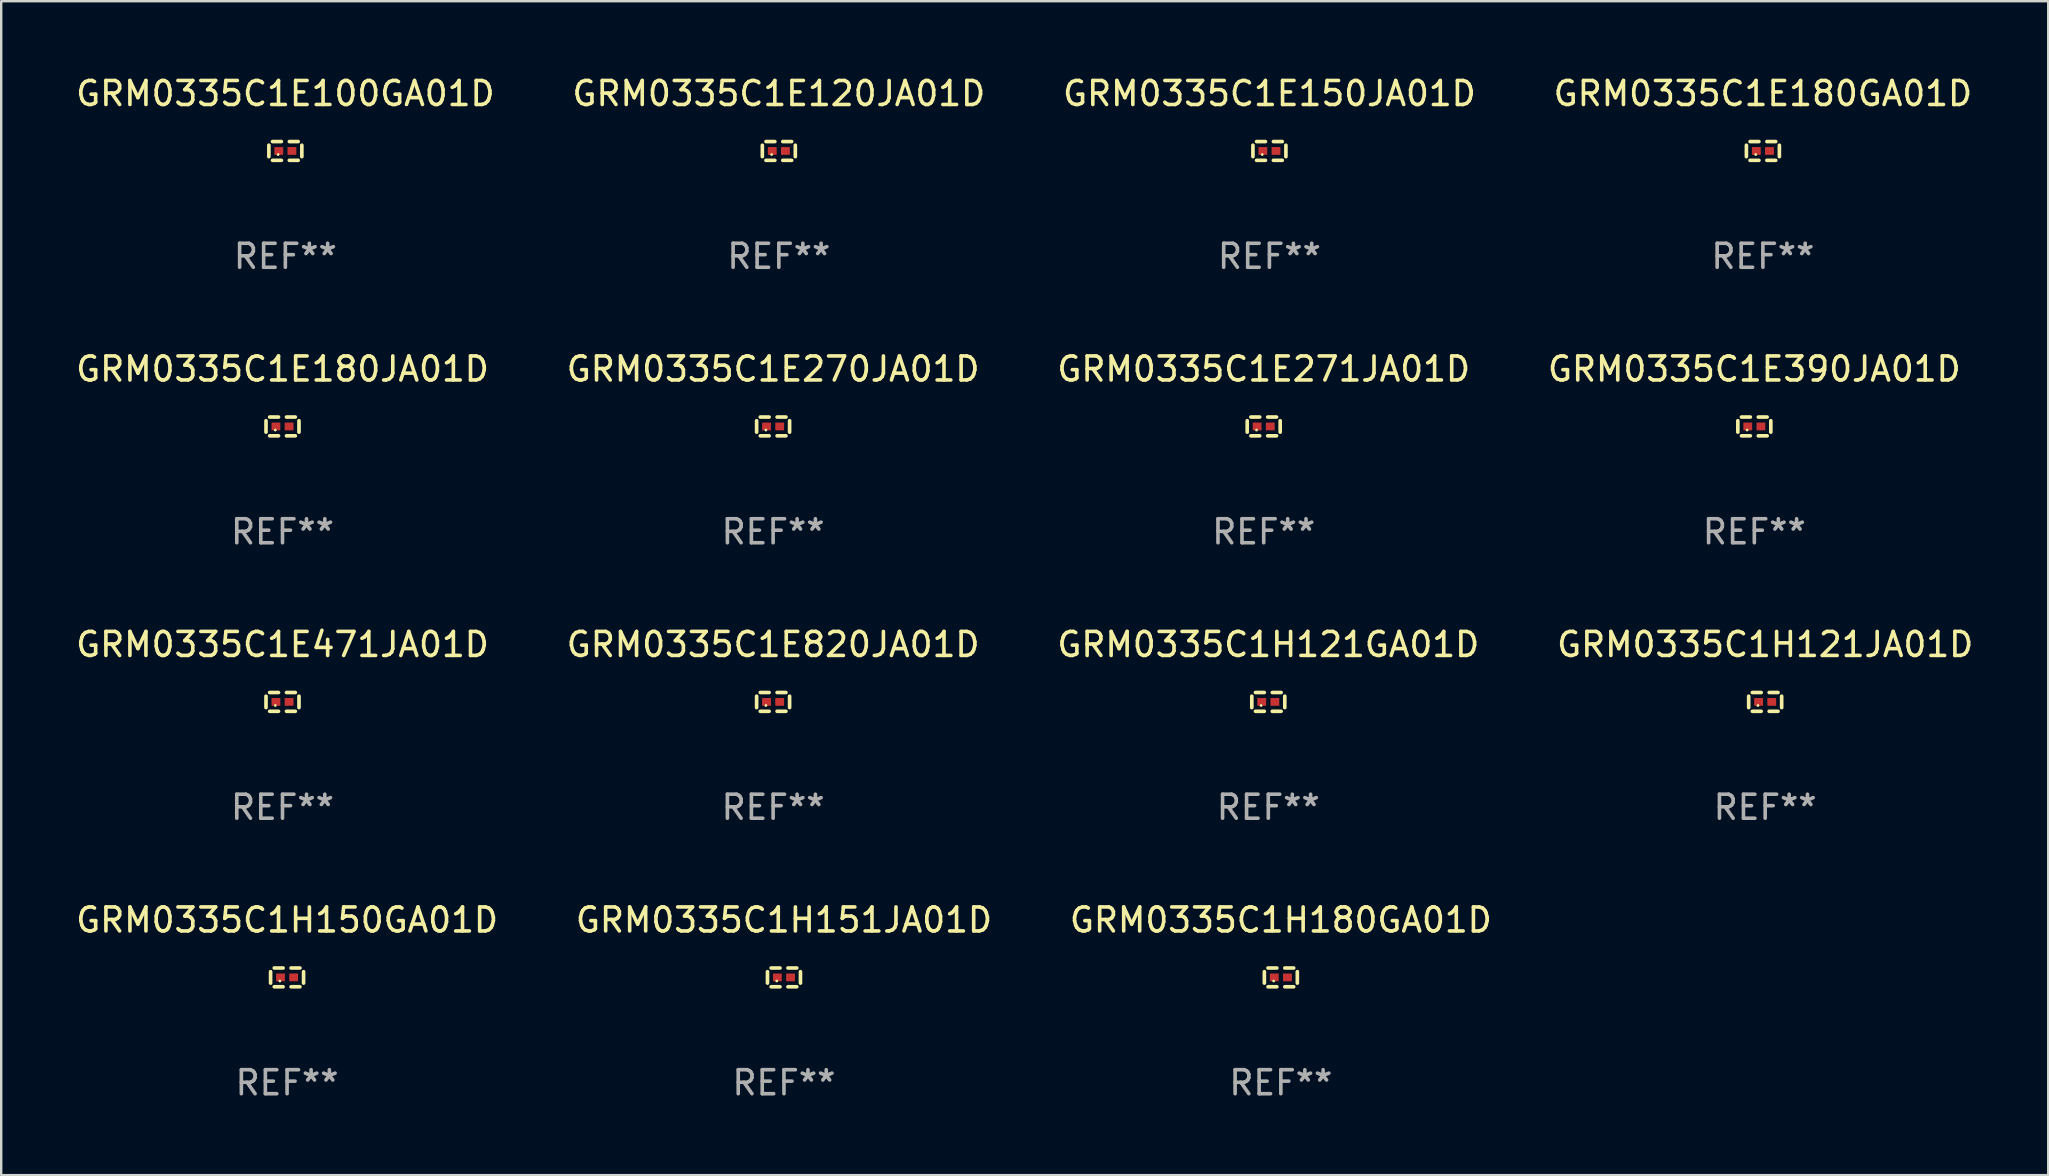
<source format=kicad_pcb>
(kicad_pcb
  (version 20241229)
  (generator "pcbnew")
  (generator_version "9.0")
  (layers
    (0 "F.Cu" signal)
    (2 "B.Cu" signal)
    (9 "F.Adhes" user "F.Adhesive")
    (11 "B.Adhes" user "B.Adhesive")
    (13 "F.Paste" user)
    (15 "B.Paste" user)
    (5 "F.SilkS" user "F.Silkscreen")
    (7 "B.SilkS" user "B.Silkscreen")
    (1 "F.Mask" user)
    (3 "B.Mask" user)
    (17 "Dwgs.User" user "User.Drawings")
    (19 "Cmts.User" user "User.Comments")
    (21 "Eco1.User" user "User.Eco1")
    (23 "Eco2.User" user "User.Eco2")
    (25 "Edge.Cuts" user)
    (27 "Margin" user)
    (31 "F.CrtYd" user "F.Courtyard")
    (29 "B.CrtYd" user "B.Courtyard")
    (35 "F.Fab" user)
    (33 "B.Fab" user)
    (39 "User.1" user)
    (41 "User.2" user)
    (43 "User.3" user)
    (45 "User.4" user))
  (footprint "GRM0335C1H180GA01D"
    (layer "F.Cu")
    (at 50.315 37.672)
    (property "Reference" "GRM0335C1H180GA01D" (at 0 -2.391 0) (layer "F.SilkS") (effects (font (size 1 1) (thickness 0.15))))
    (attr through_hole)
    (fp_line (start -0.687 0.238) (end -0.687 -0.238) (stroke (width 0.152) (type solid)) (layer "F.SilkS"))
    (fp_line (start -0.535 -0.391) (end -0.166 -0.391) (stroke (width 0.152) (type solid)) (layer "F.SilkS"))
    (fp_line (start -0.166 0.391) (end -0.535 0.391) (stroke (width 0.152) (type solid)) (layer "F.SilkS"))
    (fp_line (start 0.166 0.391) (end 0.535 0.391) (stroke (width 0.152) (type solid)) (layer "F.SilkS"))
    (fp_line (start 0.535 -0.391) (end 0.166 -0.391) (stroke (width 0.152) (type solid)) (layer "F.SilkS"))
    (fp_line (start 0.687 0.238) (end 0.687 -0.238) (stroke (width 0.152) (type solid)) (layer "F.SilkS"))
    (fp_circle (center -0.3 0.15) (end -0.27 0.15) (stroke (width 0.06) (type solid)) (fill no) (layer "F.SilkS"))
    (fp_text user "REF**" (at 0 4.391 0) (layer "F.Fab") (effects (font (size 1 1) (thickness 0.15))))
    (pad "1" smd rect (at -0.274 0) (size 0.368 0.324) (layers "F.Cu" "F.Mask" "F.Paste"))
    (pad "2" smd rect (at 0.274 0) (size 0.368 0.324) (layers "F.Cu" "F.Mask" "F.Paste")))
  (footprint "GRM0335C1E100GA01D"
    (layer "F.Cu")
    (at 8.839 3.239)
    (property "Reference" "GRM0335C1E100GA01D" (at 0 -2.391 0) (layer "F.SilkS") (effects (font (size 1 1) (thickness 0.15))))
    (attr through_hole)
    (fp_line (start -0.687 0.238) (end -0.687 -0.238) (stroke (width 0.152) (type solid)) (layer "F.SilkS"))
    (fp_line (start -0.535 -0.391) (end -0.166 -0.391) (stroke (width 0.152) (type solid)) (layer "F.SilkS"))
    (fp_line (start -0.166 0.391) (end -0.535 0.391) (stroke (width 0.152) (type solid)) (layer "F.SilkS"))
    (fp_line (start 0.166 0.391) (end 0.535 0.391) (stroke (width 0.152) (type solid)) (layer "F.SilkS"))
    (fp_line (start 0.535 -0.391) (end 0.166 -0.391) (stroke (width 0.152) (type solid)) (layer "F.SilkS"))
    (fp_line (start 0.687 0.238) (end 0.687 -0.238) (stroke (width 0.152) (type solid)) (layer "F.SilkS"))
    (fp_circle (center -0.3 0.15) (end -0.27 0.15) (stroke (width 0.06) (type solid)) (fill no) (layer "F.SilkS"))
    (fp_text user "REF**" (at 0 4.391 0) (layer "F.Fab") (effects (font (size 1 1) (thickness 0.15))))
    (pad "1" smd rect (at -0.274 0) (size 0.368 0.324) (layers "F.Cu" "F.Mask" "F.Paste"))
    (pad "2" smd rect (at 0.274 0) (size 0.368 0.324) (layers "F.Cu" "F.Mask" "F.Paste")))
  (footprint "GRM0335C1E820JA01D"
    (layer "F.Cu")
    (at 29.161 26.194)
    (property "Reference" "GRM0335C1E820JA01D" (at 0 -2.391 0) (layer "F.SilkS") (effects (font (size 1 1) (thickness 0.15))))
    (attr through_hole)
    (fp_line (start -0.687 0.238) (end -0.687 -0.238) (stroke (width 0.152) (type solid)) (layer "F.SilkS"))
    (fp_line (start -0.535 -0.391) (end -0.166 -0.391) (stroke (width 0.152) (type solid)) (layer "F.SilkS"))
    (fp_line (start -0.166 0.391) (end -0.535 0.391) (stroke (width 0.152) (type solid)) (layer "F.SilkS"))
    (fp_line (start 0.166 0.391) (end 0.535 0.391) (stroke (width 0.152) (type solid)) (layer "F.SilkS"))
    (fp_line (start 0.535 -0.391) (end 0.166 -0.391) (stroke (width 0.152) (type solid)) (layer "F.SilkS"))
    (fp_line (start 0.687 0.238) (end 0.687 -0.238) (stroke (width 0.152) (type solid)) (layer "F.SilkS"))
    (fp_circle (center -0.3 0.15) (end -0.27 0.15) (stroke (width 0.06) (type solid)) (fill no) (layer "F.SilkS"))
    (fp_text user "REF**" (at 0 4.391 0) (layer "F.Fab") (effects (font (size 1 1) (thickness 0.15))))
    (pad "1" smd rect (at -0.274 0) (size 0.368 0.324) (layers "F.Cu" "F.Mask" "F.Paste"))
    (pad "2" smd rect (at 0.274 0) (size 0.368 0.324) (layers "F.Cu" "F.Mask" "F.Paste")))
  (footprint "GRM0335C1E390JA01D"
    (layer "F.Cu")
    (at 70.042 14.717)
    (property "Reference" "GRM0335C1E390JA01D" (at 0 -2.391 0) (layer "F.SilkS") (effects (font (size 1 1) (thickness 0.15))))
    (attr through_hole)
    (fp_line (start -0.687 0.238) (end -0.687 -0.238) (stroke (width 0.152) (type solid)) (layer "F.SilkS"))
    (fp_line (start -0.535 -0.391) (end -0.166 -0.391) (stroke (width 0.152) (type solid)) (layer "F.SilkS"))
    (fp_line (start -0.166 0.391) (end -0.535 0.391) (stroke (width 0.152) (type solid)) (layer "F.SilkS"))
    (fp_line (start 0.166 0.391) (end 0.535 0.391) (stroke (width 0.152) (type solid)) (layer "F.SilkS"))
    (fp_line (start 0.535 -0.391) (end 0.166 -0.391) (stroke (width 0.152) (type solid)) (layer "F.SilkS"))
    (fp_line (start 0.687 0.238) (end 0.687 -0.238) (stroke (width 0.152) (type solid)) (layer "F.SilkS"))
    (fp_circle (center -0.3 0.15) (end -0.27 0.15) (stroke (width 0.06) (type solid)) (fill no) (layer "F.SilkS"))
    (fp_text user "REF**" (at 0 4.391 0) (layer "F.Fab") (effects (font (size 1 1) (thickness 0.15))))
    (pad "1" smd rect (at -0.274 0) (size 0.368 0.324) (layers "F.Cu" "F.Mask" "F.Paste"))
    (pad "2" smd rect (at 0.274 0) (size 0.368 0.324) (layers "F.Cu" "F.Mask" "F.Paste")))
  (footprint "GRM0335C1E180JA01D"
    (layer "F.Cu")
    (at 8.72 14.717)
    (property "Reference" "GRM0335C1E180JA01D" (at 0 -2.391 0) (layer "F.SilkS") (effects (font (size 1 1) (thickness 0.15))))
    (attr through_hole)
    (fp_line (start -0.687 0.238) (end -0.687 -0.238) (stroke (width 0.152) (type solid)) (layer "F.SilkS"))
    (fp_line (start -0.535 -0.391) (end -0.166 -0.391) (stroke (width 0.152) (type solid)) (layer "F.SilkS"))
    (fp_line (start -0.166 0.391) (end -0.535 0.391) (stroke (width 0.152) (type solid)) (layer "F.SilkS"))
    (fp_line (start 0.166 0.391) (end 0.535 0.391) (stroke (width 0.152) (type solid)) (layer "F.SilkS"))
    (fp_line (start 0.535 -0.391) (end 0.166 -0.391) (stroke (width 0.152) (type solid)) (layer "F.SilkS"))
    (fp_line (start 0.687 0.238) (end 0.687 -0.238) (stroke (width 0.152) (type solid)) (layer "F.SilkS"))
    (fp_circle (center -0.3 0.15) (end -0.27 0.15) (stroke (width 0.06) (type solid)) (fill no) (layer "F.SilkS"))
    (fp_text user "REF**" (at 0 4.391 0) (layer "F.Fab") (effects (font (size 1 1) (thickness 0.15))))
    (pad "1" smd rect (at -0.274 0) (size 0.368 0.324) (layers "F.Cu" "F.Mask" "F.Paste"))
    (pad "2" smd rect (at 0.274 0) (size 0.368 0.324) (layers "F.Cu" "F.Mask" "F.Paste")))
  (footprint "GRM0335C1E150JA01D"
    (layer "F.Cu")
    (at 49.839 3.239)
    (property "Reference" "GRM0335C1E150JA01D" (at 0 -2.391 0) (layer "F.SilkS") (effects (font (size 1 1) (thickness 0.15))))
    (attr through_hole)
    (fp_line (start -0.687 0.238) (end -0.687 -0.238) (stroke (width 0.152) (type solid)) (layer "F.SilkS"))
    (fp_line (start -0.535 -0.391) (end -0.166 -0.391) (stroke (width 0.152) (type solid)) (layer "F.SilkS"))
    (fp_line (start -0.166 0.391) (end -0.535 0.391) (stroke (width 0.152) (type solid)) (layer "F.SilkS"))
    (fp_line (start 0.166 0.391) (end 0.535 0.391) (stroke (width 0.152) (type solid)) (layer "F.SilkS"))
    (fp_line (start 0.535 -0.391) (end 0.166 -0.391) (stroke (width 0.152) (type solid)) (layer "F.SilkS"))
    (fp_line (start 0.687 0.238) (end 0.687 -0.238) (stroke (width 0.152) (type solid)) (layer "F.SilkS"))
    (fp_circle (center -0.3 0.15) (end -0.27 0.15) (stroke (width 0.06) (type solid)) (fill no) (layer "F.SilkS"))
    (fp_text user "REF**" (at 0 4.391 0) (layer "F.Fab") (effects (font (size 1 1) (thickness 0.15))))
    (pad "1" smd rect (at -0.274 0) (size 0.368 0.324) (layers "F.Cu" "F.Mask" "F.Paste"))
    (pad "2" smd rect (at 0.274 0) (size 0.368 0.324) (layers "F.Cu" "F.Mask" "F.Paste")))
  (footprint "GRM0335C1H121JA01D"
    (layer "F.Cu")
    (at 70.494 26.194)
    (property "Reference" "GRM0335C1H121JA01D" (at 0 -2.391 0) (layer "F.SilkS") (effects (font (size 1 1) (thickness 0.15))))
    (attr through_hole)
    (fp_line (start -0.687 0.238) (end -0.687 -0.238) (stroke (width 0.152) (type solid)) (layer "F.SilkS"))
    (fp_line (start -0.535 -0.391) (end -0.166 -0.391) (stroke (width 0.152) (type solid)) (layer "F.SilkS"))
    (fp_line (start -0.166 0.391) (end -0.535 0.391) (stroke (width 0.152) (type solid)) (layer "F.SilkS"))
    (fp_line (start 0.166 0.391) (end 0.535 0.391) (stroke (width 0.152) (type solid)) (layer "F.SilkS"))
    (fp_line (start 0.535 -0.391) (end 0.166 -0.391) (stroke (width 0.152) (type solid)) (layer "F.SilkS"))
    (fp_line (start 0.687 0.238) (end 0.687 -0.238) (stroke (width 0.152) (type solid)) (layer "F.SilkS"))
    (fp_circle (center -0.3 0.15) (end -0.27 0.15) (stroke (width 0.06) (type solid)) (fill no) (layer "F.SilkS"))
    (fp_text user "REF**" (at 0 4.391 0) (layer "F.Fab") (effects (font (size 1 1) (thickness 0.15))))
    (pad "1" smd rect (at -0.274 0) (size 0.368 0.324) (layers "F.Cu" "F.Mask" "F.Paste"))
    (pad "2" smd rect (at 0.274 0) (size 0.368 0.324) (layers "F.Cu" "F.Mask" "F.Paste")))
  (footprint "GRM0335C1E270JA01D"
    (layer "F.Cu")
    (at 29.161 14.717)
    (property "Reference" "GRM0335C1E270JA01D" (at 0 -2.391 0) (layer "F.SilkS") (effects (font (size 1 1) (thickness 0.15))))
    (attr through_hole)
    (fp_line (start -0.687 0.238) (end -0.687 -0.238) (stroke (width 0.152) (type solid)) (layer "F.SilkS"))
    (fp_line (start -0.535 -0.391) (end -0.166 -0.391) (stroke (width 0.152) (type solid)) (layer "F.SilkS"))
    (fp_line (start -0.166 0.391) (end -0.535 0.391) (stroke (width 0.152) (type solid)) (layer "F.SilkS"))
    (fp_line (start 0.166 0.391) (end 0.535 0.391) (stroke (width 0.152) (type solid)) (layer "F.SilkS"))
    (fp_line (start 0.535 -0.391) (end 0.166 -0.391) (stroke (width 0.152) (type solid)) (layer "F.SilkS"))
    (fp_line (start 0.687 0.238) (end 0.687 -0.238) (stroke (width 0.152) (type solid)) (layer "F.SilkS"))
    (fp_circle (center -0.3 0.15) (end -0.27 0.15) (stroke (width 0.06) (type solid)) (fill no) (layer "F.SilkS"))
    (fp_text user "REF**" (at 0 4.391 0) (layer "F.Fab") (effects (font (size 1 1) (thickness 0.15))))
    (pad "1" smd rect (at -0.274 0) (size 0.368 0.324) (layers "F.Cu" "F.Mask" "F.Paste"))
    (pad "2" smd rect (at 0.274 0) (size 0.368 0.324) (layers "F.Cu" "F.Mask" "F.Paste")))
  (footprint "GRM0335C1H121GA01D"
    (layer "F.Cu")
    (at 49.792 26.194)
    (property "Reference" "GRM0335C1H121GA01D" (at 0 -2.391 0) (layer "F.SilkS") (effects (font (size 1 1) (thickness 0.15))))
    (attr through_hole)
    (fp_line (start -0.687 0.238) (end -0.687 -0.238) (stroke (width 0.152) (type solid)) (layer "F.SilkS"))
    (fp_line (start -0.535 -0.391) (end -0.166 -0.391) (stroke (width 0.152) (type solid)) (layer "F.SilkS"))
    (fp_line (start -0.166 0.391) (end -0.535 0.391) (stroke (width 0.152) (type solid)) (layer "F.SilkS"))
    (fp_line (start 0.166 0.391) (end 0.535 0.391) (stroke (width 0.152) (type solid)) (layer "F.SilkS"))
    (fp_line (start 0.535 -0.391) (end 0.166 -0.391) (stroke (width 0.152) (type solid)) (layer "F.SilkS"))
    (fp_line (start 0.687 0.238) (end 0.687 -0.238) (stroke (width 0.152) (type solid)) (layer "F.SilkS"))
    (fp_circle (center -0.3 0.15) (end -0.27 0.15) (stroke (width 0.06) (type solid)) (fill no) (layer "F.SilkS"))
    (fp_text user "REF**" (at 0 4.391 0) (layer "F.Fab") (effects (font (size 1 1) (thickness 0.15))))
    (pad "1" smd rect (at -0.274 0) (size 0.368 0.324) (layers "F.Cu" "F.Mask" "F.Paste"))
    (pad "2" smd rect (at 0.274 0) (size 0.368 0.324) (layers "F.Cu" "F.Mask" "F.Paste")))
  (footprint "GRM0335C1E271JA01D"
    (layer "F.Cu")
    (at 49.601 14.717)
    (property "Reference" "GRM0335C1E271JA01D" (at 0 -2.391 0) (layer "F.SilkS") (effects (font (size 1 1) (thickness 0.15))))
    (attr through_hole)
    (fp_line (start -0.687 0.238) (end -0.687 -0.238) (stroke (width 0.152) (type solid)) (layer "F.SilkS"))
    (fp_line (start -0.535 -0.391) (end -0.166 -0.391) (stroke (width 0.152) (type solid)) (layer "F.SilkS"))
    (fp_line (start -0.166 0.391) (end -0.535 0.391) (stroke (width 0.152) (type solid)) (layer "F.SilkS"))
    (fp_line (start 0.166 0.391) (end 0.535 0.391) (stroke (width 0.152) (type solid)) (layer "F.SilkS"))
    (fp_line (start 0.535 -0.391) (end 0.166 -0.391) (stroke (width 0.152) (type solid)) (layer "F.SilkS"))
    (fp_line (start 0.687 0.238) (end 0.687 -0.238) (stroke (width 0.152) (type solid)) (layer "F.SilkS"))
    (fp_circle (center -0.3 0.15) (end -0.27 0.15) (stroke (width 0.06) (type solid)) (fill no) (layer "F.SilkS"))
    (fp_text user "REF**" (at 0 4.391 0) (layer "F.Fab") (effects (font (size 1 1) (thickness 0.15))))
    (pad "1" smd rect (at -0.274 0) (size 0.368 0.324) (layers "F.Cu" "F.Mask" "F.Paste"))
    (pad "2" smd rect (at 0.274 0) (size 0.368 0.324) (layers "F.Cu" "F.Mask" "F.Paste")))
  (footprint "GRM0335C1E180GA01D"
    (layer "F.Cu")
    (at 70.399 3.239)
    (property "Reference" "GRM0335C1E180GA01D" (at 0 -2.391 0) (layer "F.SilkS") (effects (font (size 1 1) (thickness 0.15))))
    (attr through_hole)
    (fp_line (start -0.687 0.238) (end -0.687 -0.238) (stroke (width 0.152) (type solid)) (layer "F.SilkS"))
    (fp_line (start -0.535 -0.391) (end -0.166 -0.391) (stroke (width 0.152) (type solid)) (layer "F.SilkS"))
    (fp_line (start -0.166 0.391) (end -0.535 0.391) (stroke (width 0.152) (type solid)) (layer "F.SilkS"))
    (fp_line (start 0.166 0.391) (end 0.535 0.391) (stroke (width 0.152) (type solid)) (layer "F.SilkS"))
    (fp_line (start 0.535 -0.391) (end 0.166 -0.391) (stroke (width 0.152) (type solid)) (layer "F.SilkS"))
    (fp_line (start 0.687 0.238) (end 0.687 -0.238) (stroke (width 0.152) (type solid)) (layer "F.SilkS"))
    (fp_circle (center -0.3 0.15) (end -0.27 0.15) (stroke (width 0.06) (type solid)) (fill no) (layer "F.SilkS"))
    (fp_text user "REF**" (at 0 4.391 0) (layer "F.Fab") (effects (font (size 1 1) (thickness 0.15))))
    (pad "1" smd rect (at -0.274 0) (size 0.368 0.324) (layers "F.Cu" "F.Mask" "F.Paste"))
    (pad "2" smd rect (at 0.274 0) (size 0.368 0.324) (layers "F.Cu" "F.Mask" "F.Paste")))
  (footprint "GRM0335C1H151JA01D"
    (layer "F.Cu")
    (at 29.613 37.672)
    (property "Reference" "GRM0335C1H151JA01D" (at 0 -2.391 0) (layer "F.SilkS") (effects (font (size 1 1) (thickness 0.15))))
    (attr through_hole)
    (fp_line (start -0.687 0.238) (end -0.687 -0.238) (stroke (width 0.152) (type solid)) (layer "F.SilkS"))
    (fp_line (start -0.535 -0.391) (end -0.166 -0.391) (stroke (width 0.152) (type solid)) (layer "F.SilkS"))
    (fp_line (start -0.166 0.391) (end -0.535 0.391) (stroke (width 0.152) (type solid)) (layer "F.SilkS"))
    (fp_line (start 0.166 0.391) (end 0.535 0.391) (stroke (width 0.152) (type solid)) (layer "F.SilkS"))
    (fp_line (start 0.535 -0.391) (end 0.166 -0.391) (stroke (width 0.152) (type solid)) (layer "F.SilkS"))
    (fp_line (start 0.687 0.238) (end 0.687 -0.238) (stroke (width 0.152) (type solid)) (layer "F.SilkS"))
    (fp_circle (center -0.3 0.15) (end -0.27 0.15) (stroke (width 0.06) (type solid)) (fill no) (layer "F.SilkS"))
    (fp_text user "REF**" (at 0 4.391 0) (layer "F.Fab") (effects (font (size 1 1) (thickness 0.15))))
    (pad "1" smd rect (at -0.274 0) (size 0.368 0.324) (layers "F.Cu" "F.Mask" "F.Paste"))
    (pad "2" smd rect (at 0.274 0) (size 0.368 0.324) (layers "F.Cu" "F.Mask" "F.Paste")))
  (footprint "GRM0335C1H150GA01D"
    (layer "F.Cu")
    (at 8.911 37.672)
    (property "Reference" "GRM0335C1H150GA01D" (at 0 -2.391 0) (layer "F.SilkS") (effects (font (size 1 1) (thickness 0.15))))
    (attr through_hole)
    (fp_line (start -0.687 0.238) (end -0.687 -0.238) (stroke (width 0.152) (type solid)) (layer "F.SilkS"))
    (fp_line (start -0.535 -0.391) (end -0.166 -0.391) (stroke (width 0.152) (type solid)) (layer "F.SilkS"))
    (fp_line (start -0.166 0.391) (end -0.535 0.391) (stroke (width 0.152) (type solid)) (layer "F.SilkS"))
    (fp_line (start 0.166 0.391) (end 0.535 0.391) (stroke (width 0.152) (type solid)) (layer "F.SilkS"))
    (fp_line (start 0.535 -0.391) (end 0.166 -0.391) (stroke (width 0.152) (type solid)) (layer "F.SilkS"))
    (fp_line (start 0.687 0.238) (end 0.687 -0.238) (stroke (width 0.152) (type solid)) (layer "F.SilkS"))
    (fp_circle (center -0.3 0.15) (end -0.27 0.15) (stroke (width 0.06) (type solid)) (fill no) (layer "F.SilkS"))
    (fp_text user "REF**" (at 0 4.391 0) (layer "F.Fab") (effects (font (size 1 1) (thickness 0.15))))
    (pad "1" smd rect (at -0.274 0) (size 0.368 0.324) (layers "F.Cu" "F.Mask" "F.Paste"))
    (pad "2" smd rect (at 0.274 0) (size 0.368 0.324) (layers "F.Cu" "F.Mask" "F.Paste")))
  (footprint "GRM0335C1E471JA01D"
    (layer "F.Cu")
    (at 8.72 26.194)
    (property "Reference" "GRM0335C1E471JA01D" (at 0 -2.391 0) (layer "F.SilkS") (effects (font (size 1 1) (thickness 0.15))))
    (attr through_hole)
    (fp_line (start -0.687 0.238) (end -0.687 -0.238) (stroke (width 0.152) (type solid)) (layer "F.SilkS"))
    (fp_line (start -0.535 -0.391) (end -0.166 -0.391) (stroke (width 0.152) (type solid)) (layer "F.SilkS"))
    (fp_line (start -0.166 0.391) (end -0.535 0.391) (stroke (width 0.152) (type solid)) (layer "F.SilkS"))
    (fp_line (start 0.166 0.391) (end 0.535 0.391) (stroke (width 0.152) (type solid)) (layer "F.SilkS"))
    (fp_line (start 0.535 -0.391) (end 0.166 -0.391) (stroke (width 0.152) (type solid)) (layer "F.SilkS"))
    (fp_line (start 0.687 0.238) (end 0.687 -0.238) (stroke (width 0.152) (type solid)) (layer "F.SilkS"))
    (fp_circle (center -0.3 0.15) (end -0.27 0.15) (stroke (width 0.06) (type solid)) (fill no) (layer "F.SilkS"))
    (fp_text user "REF**" (at 0 4.391 0) (layer "F.Fab") (effects (font (size 1 1) (thickness 0.15))))
    (pad "1" smd rect (at -0.274 0) (size 0.368 0.324) (layers "F.Cu" "F.Mask" "F.Paste"))
    (pad "2" smd rect (at 0.274 0) (size 0.368 0.324) (layers "F.Cu" "F.Mask" "F.Paste")))
  (footprint "GRM0335C1E120JA01D"
    (layer "F.Cu")
    (at 29.399 3.239)
    (property "Reference" "GRM0335C1E120JA01D" (at 0 -2.391 0) (layer "F.SilkS") (effects (font (size 1 1) (thickness 0.15))))
    (attr through_hole)
    (fp_line (start -0.687 0.238) (end -0.687 -0.238) (stroke (width 0.152) (type solid)) (layer "F.SilkS"))
    (fp_line (start -0.535 -0.391) (end -0.166 -0.391) (stroke (width 0.152) (type solid)) (layer "F.SilkS"))
    (fp_line (start -0.166 0.391) (end -0.535 0.391) (stroke (width 0.152) (type solid)) (layer "F.SilkS"))
    (fp_line (start 0.166 0.391) (end 0.535 0.391) (stroke (width 0.152) (type solid)) (layer "F.SilkS"))
    (fp_line (start 0.535 -0.391) (end 0.166 -0.391) (stroke (width 0.152) (type solid)) (layer "F.SilkS"))
    (fp_line (start 0.687 0.238) (end 0.687 -0.238) (stroke (width 0.152) (type solid)) (layer "F.SilkS"))
    (fp_circle (center -0.3 0.15) (end -0.27 0.15) (stroke (width 0.06) (type solid)) (fill no) (layer "F.SilkS"))
    (fp_text user "REF**" (at 0 4.391 0) (layer "F.Fab") (effects (font (size 1 1) (thickness 0.15))))
    (pad "1" smd rect (at -0.274 0) (size 0.368 0.324) (layers "F.Cu" "F.Mask" "F.Paste"))
    (pad "2" smd rect (at 0.274 0) (size 0.368 0.324) (layers "F.Cu" "F.Mask" "F.Paste")))
  (gr_rect
    (start -3 -3)
    (end 82.286 45.911)
    (stroke (width 0.1) (type default))
    (fill no)
    (layer "Edge.Cuts")))
</source>
